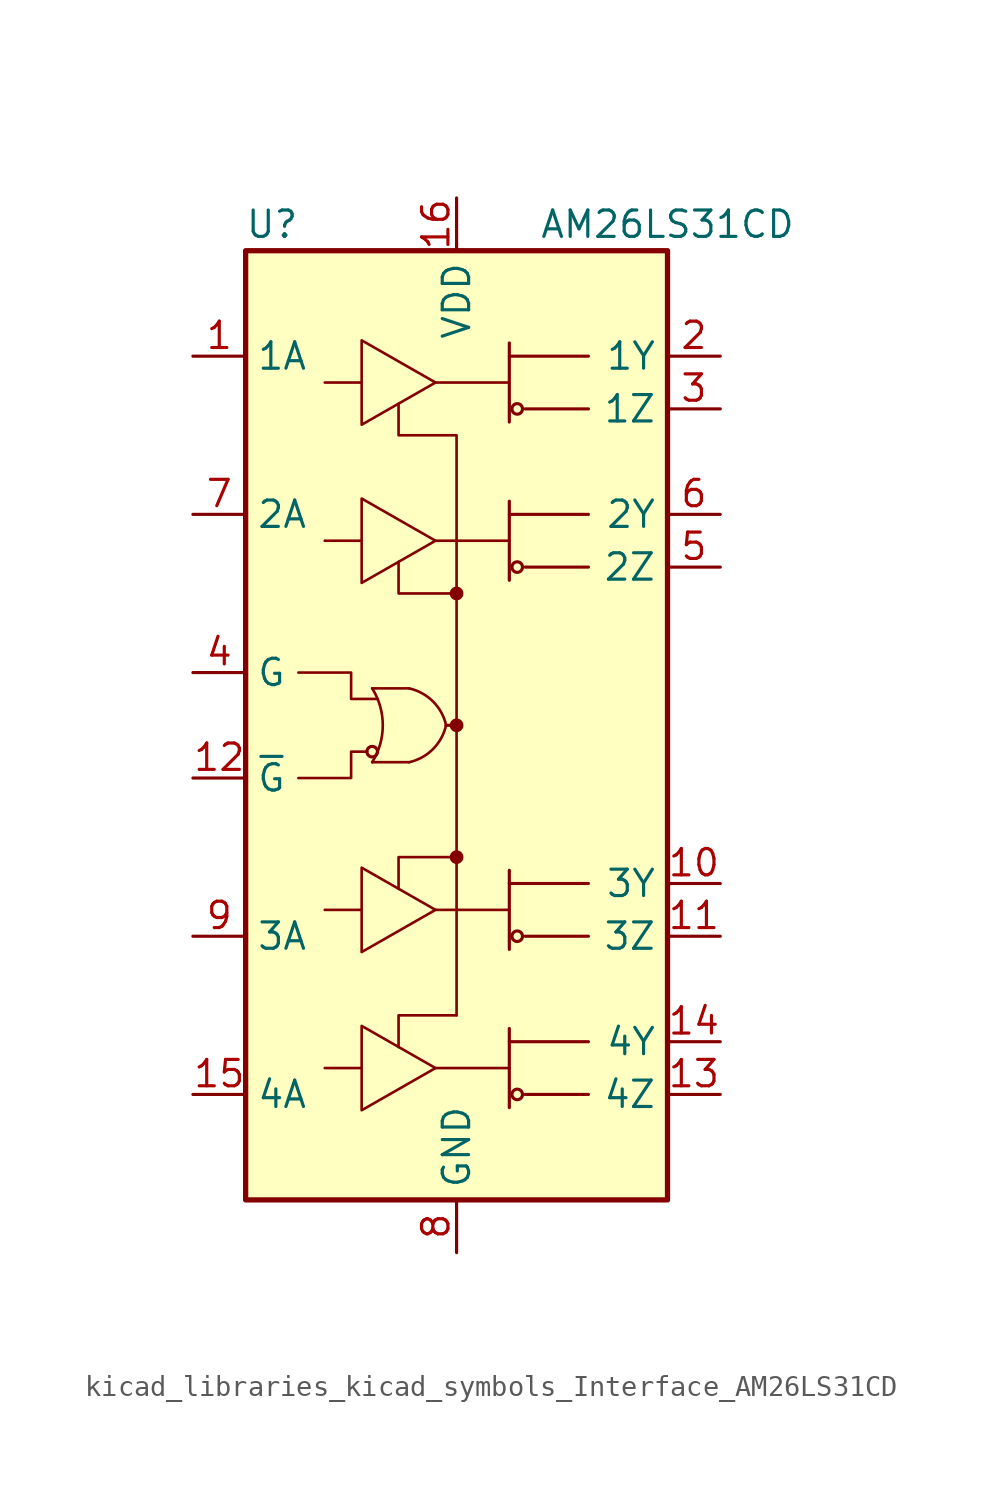
<source format=kicad_sym>
(kicad_symbol_lib
  (version 20220914)
  (generator kicad_symbol_editor)
  (symbol "kicad_libraries_kicad_symbols_Interface_AM26LS31CD"
    (property "Reference" "U"
      (at -8.89 24.13 0)
      (effects (font (size 1.27 1.27))))
    (property "Value" "AM26LS31CD"
      (at 10.16 24.13 0)
      (effects (font (size 1.27 1.27))))
    (symbol "kicad_libraries_kicad_symbols_Interface_AM26LS31CD_0_1"
      (rectangle (start -10.16 22.86) (end 10.16 -22.86) (stroke (width 0.254) (type default)) (fill (type background)))
      (arc (start -4.064 -1.778) (mid -3.5541 0) (end -4.064 1.778) (stroke (width 0.127) (type default)) (fill (type none)))
      (circle (center -4.064 -1.27) (radius 0.254) (stroke (width 0) (type default)) (fill (type none)))
      (arc (start -2.286 -1.778) (mid -1.1381 -1.1479) (end -0.508 0) (stroke (width 0.127) (type default)) (fill (type none)))
      (arc (start -0.508 0) (mid -1.1381 1.1479) (end -2.286 1.778) (stroke (width 0.127) (type default)) (fill (type none)))
      (circle (center 0 -6.35) (radius 0.254) (stroke (width 0) (type default)) (fill (type outline)))
      (polyline (pts (xy -4.064 -1.778) (xy -2.286 -1.778)) (stroke (width 0.127) (type default)) (fill (type none)))
      (polyline (pts (xy -2.286 1.778) (xy -4.064 1.778)) (stroke (width 0.127) (type default)) (fill (type none)))
      (polyline (pts (xy -1.016 -16.51) (xy 2.54 -16.51)) (stroke (width 0.127) (type default)) (fill (type none)))
      (polyline (pts (xy -1.016 -8.89) (xy 2.54 -8.89)) (stroke (width 0.127) (type default)) (fill (type none)))
      (polyline (pts (xy -1.016 8.89) (xy 2.54 8.89)) (stroke (width 0.127) (type default)) (fill (type none)))
      (polyline (pts (xy -1.016 16.51) (xy 2.54 16.51)) (stroke (width 0.127) (type default)) (fill (type none)))
      (polyline (pts (xy -0.508 0) (xy 0 0)) (stroke (width 0) (type default)) (fill (type none)))
      (polyline (pts (xy 0 0) (xy 0 -13.97)) (stroke (width 0.127) (type default)) (fill (type none)))
      (polyline (pts (xy 0 6.35) (xy 0 0)) (stroke (width 0.127) (type default)) (fill (type none)))
      (polyline (pts (xy 2.54 -18.415) (xy 2.54 -14.605)) (stroke (width 0.152) (type default)) (fill (type none)))
      (polyline (pts (xy 2.54 -15.24) (xy 6.35 -15.24)) (stroke (width 0.152) (type default)) (fill (type none)))
      (polyline (pts (xy 2.54 -10.795) (xy 2.54 -6.985)) (stroke (width 0.152) (type default)) (fill (type none)))
      (polyline (pts (xy 2.54 -7.62) (xy 6.35 -7.62)) (stroke (width 0.152) (type default)) (fill (type none)))
      (polyline (pts (xy 2.54 6.985) (xy 2.54 10.795)) (stroke (width 0.152) (type default)) (fill (type none)))
      (polyline (pts (xy 2.54 10.16) (xy 6.35 10.16)) (stroke (width 0.152) (type default)) (fill (type none)))
      (polyline (pts (xy 2.54 14.605) (xy 2.54 18.415)) (stroke (width 0.152) (type default)) (fill (type none)))
      (polyline (pts (xy 2.54 17.78) (xy 6.35 17.78)) (stroke (width 0.152) (type default)) (fill (type none)))
      (polyline (pts (xy 6.35 -17.78) (xy 3.302 -17.78)) (stroke (width 0.152) (type default)) (fill (type none)))
      (polyline (pts (xy 6.35 -10.16) (xy 3.302 -10.16)) (stroke (width 0.152) (type default)) (fill (type none)))
      (polyline (pts (xy 6.35 7.62) (xy 3.302 7.62)) (stroke (width 0.152) (type default)) (fill (type none)))
      (polyline (pts (xy 6.35 15.24) (xy 3.302 15.24)) (stroke (width 0.152) (type default)) (fill (type none)))
      (polyline (pts (xy 0 -13.97) (xy -2.794 -13.97) (xy -2.794 -15.494)) (stroke (width 0.127) (type default)) (fill (type none)))
      (polyline (pts (xy 0 -6.35) (xy -2.794 -6.35) (xy -2.794 -7.874)) (stroke (width 0.127) (type default)) (fill (type none)))
      (polyline (pts (xy 0 6.35) (xy -2.794 6.35) (xy -2.794 7.874)) (stroke (width 0.127) (type default)) (fill (type none)))
      (polyline (pts (xy -7.62 2.54) (xy -5.08 2.54) (xy -5.08 1.27) (xy -3.81 1.27)) (stroke (width 0.127) (type default)) (fill (type none)))
      (polyline (pts (xy -4.572 18.542) (xy -4.572 14.478) (xy -1.016 16.51) (xy -4.572 18.542)) (stroke (width 0.127) (type default)) (fill (type none)))
      (polyline (pts (xy -4.318 -1.27) (xy -5.08 -1.27) (xy -5.08 -2.54) (xy -7.62 -2.54)) (stroke (width 0.127) (type default)) (fill (type none)))
      (polyline (pts (xy 0 6.35) (xy 0 13.97) (xy -2.794 13.97) (xy -2.794 15.494)) (stroke (width 0.127) (type default)) (fill (type none)))
      (circle (center 0 0) (radius 0.254) (stroke (width 0) (type default)) (fill (type outline)))
      (circle (center 0 6.35) (radius 0.254) (stroke (width 0) (type default)) (fill (type outline)))
      (circle (center 2.921 -17.78) (radius 0.254) (stroke (width 0) (type default)) (fill (type none)))
      (circle (center 2.921 -10.16) (radius 0.254) (stroke (width 0) (type default)) (fill (type none)))
      (circle (center 2.921 7.62) (radius 0.254) (stroke (width 0) (type default)) (fill (type none)))
      (circle (center 2.921 15.24) (radius 0.254) (stroke (width 0) (type default)) (fill (type none))))
    (symbol "kicad_libraries_kicad_symbols_Interface_AM26LS31CD_1_1"
      (polyline (pts (xy -6.35 -16.51) (xy -4.572 -16.51)) (stroke (width 0.127) (type default)) (fill (type none)))
      (polyline (pts (xy -6.35 -8.89) (xy -4.572 -8.89)) (stroke (width 0.127) (type default)) (fill (type none)))
      (polyline (pts (xy -6.35 8.89) (xy -4.572 8.89)) (stroke (width 0.127) (type default)) (fill (type none)))
      (polyline (pts (xy -6.35 16.51) (xy -4.572 16.51)) (stroke (width 0.127) (type default)) (fill (type none)))
      (polyline (pts (xy -4.572 -14.478) (xy -4.572 -18.542) (xy -1.016 -16.51) (xy -4.572 -14.478)) (stroke (width 0.127) (type default)) (fill (type none)))
      (polyline (pts (xy -4.572 -6.858) (xy -4.572 -10.922) (xy -1.016 -8.89) (xy -4.572 -6.858)) (stroke (width 0.127) (type default)) (fill (type none)))
      (polyline (pts (xy -4.572 10.922) (xy -4.572 6.858) (xy -1.016 8.89) (xy -4.572 10.922)) (stroke (width 0.127) (type default)) (fill (type none)))
      (pin input line (at -12.7 17.78 0) (length 2.54) (name "1A" (effects (font (size 1.27 1.27)))) (number "1" (effects (font (size 1.27 1.27)))))
      (pin tri_state line (at 12.7 -7.62 180) (length 2.54) (name "3Y" (effects (font (size 1.27 1.27)))) (number "10" (effects (font (size 1.27 1.27)))))
      (pin tri_state line (at 12.7 -10.16 180) (length 2.54) (name "3Z" (effects (font (size 1.27 1.27)))) (number "11" (effects (font (size 1.27 1.27)))))
      (pin input line (at -12.7 -2.54 0) (length 2.54) (name "~{G}" (effects (font (size 1.27 1.27)))) (number "12" (effects (font (size 1.27 1.27)))))
      (pin tri_state line (at 12.7 -17.78 180) (length 2.54) (name "4Z" (effects (font (size 1.27 1.27)))) (number "13" (effects (font (size 1.27 1.27)))))
      (pin tri_state line (at 12.7 -15.24 180) (length 2.54) (name "4Y" (effects (font (size 1.27 1.27)))) (number "14" (effects (font (size 1.27 1.27)))))
      (pin input line (at -12.7 -17.78 0) (length 2.54) (name "4A" (effects (font (size 1.27 1.27)))) (number "15" (effects (font (size 1.27 1.27)))))
      (pin power_in line (at 0 25.4 270) (length 2.54) (name "VDD" (effects (font (size 1.27 1.27)))) (number "16" (effects (font (size 1.27 1.27)))))
      (pin tri_state line (at 12.7 17.78 180) (length 2.54) (name "1Y" (effects (font (size 1.27 1.27)))) (number "2" (effects (font (size 1.27 1.27)))))
      (pin tri_state line (at 12.7 15.24 180) (length 2.54) (name "1Z" (effects (font (size 1.27 1.27)))) (number "3" (effects (font (size 1.27 1.27)))))
      (pin input line (at -12.7 2.54 0) (length 2.54) (name "G" (effects (font (size 1.27 1.27)))) (number "4" (effects (font (size 1.27 1.27)))))
      (pin tri_state line (at 12.7 7.62 180) (length 2.54) (name "2Z" (effects (font (size 1.27 1.27)))) (number "5" (effects (font (size 1.27 1.27)))))
      (pin tri_state line (at 12.7 10.16 180) (length 2.54) (name "2Y" (effects (font (size 1.27 1.27)))) (number "6" (effects (font (size 1.27 1.27)))))
      (pin input line (at -12.7 10.16 0) (length 2.54) (name "2A" (effects (font (size 1.27 1.27)))) (number "7" (effects (font (size 1.27 1.27)))))
      (pin power_in line (at 0 -25.4 90) (length 2.54) (name "GND" (effects (font (size 1.27 1.27)))) (number "8" (effects (font (size 1.27 1.27)))))
      (pin input line (at -12.7 -10.16 0) (length 2.54) (name "3A" (effects (font (size 1.27 1.27)))) (number "9" (effects (font (size 1.27 1.27))))))))
</source>
